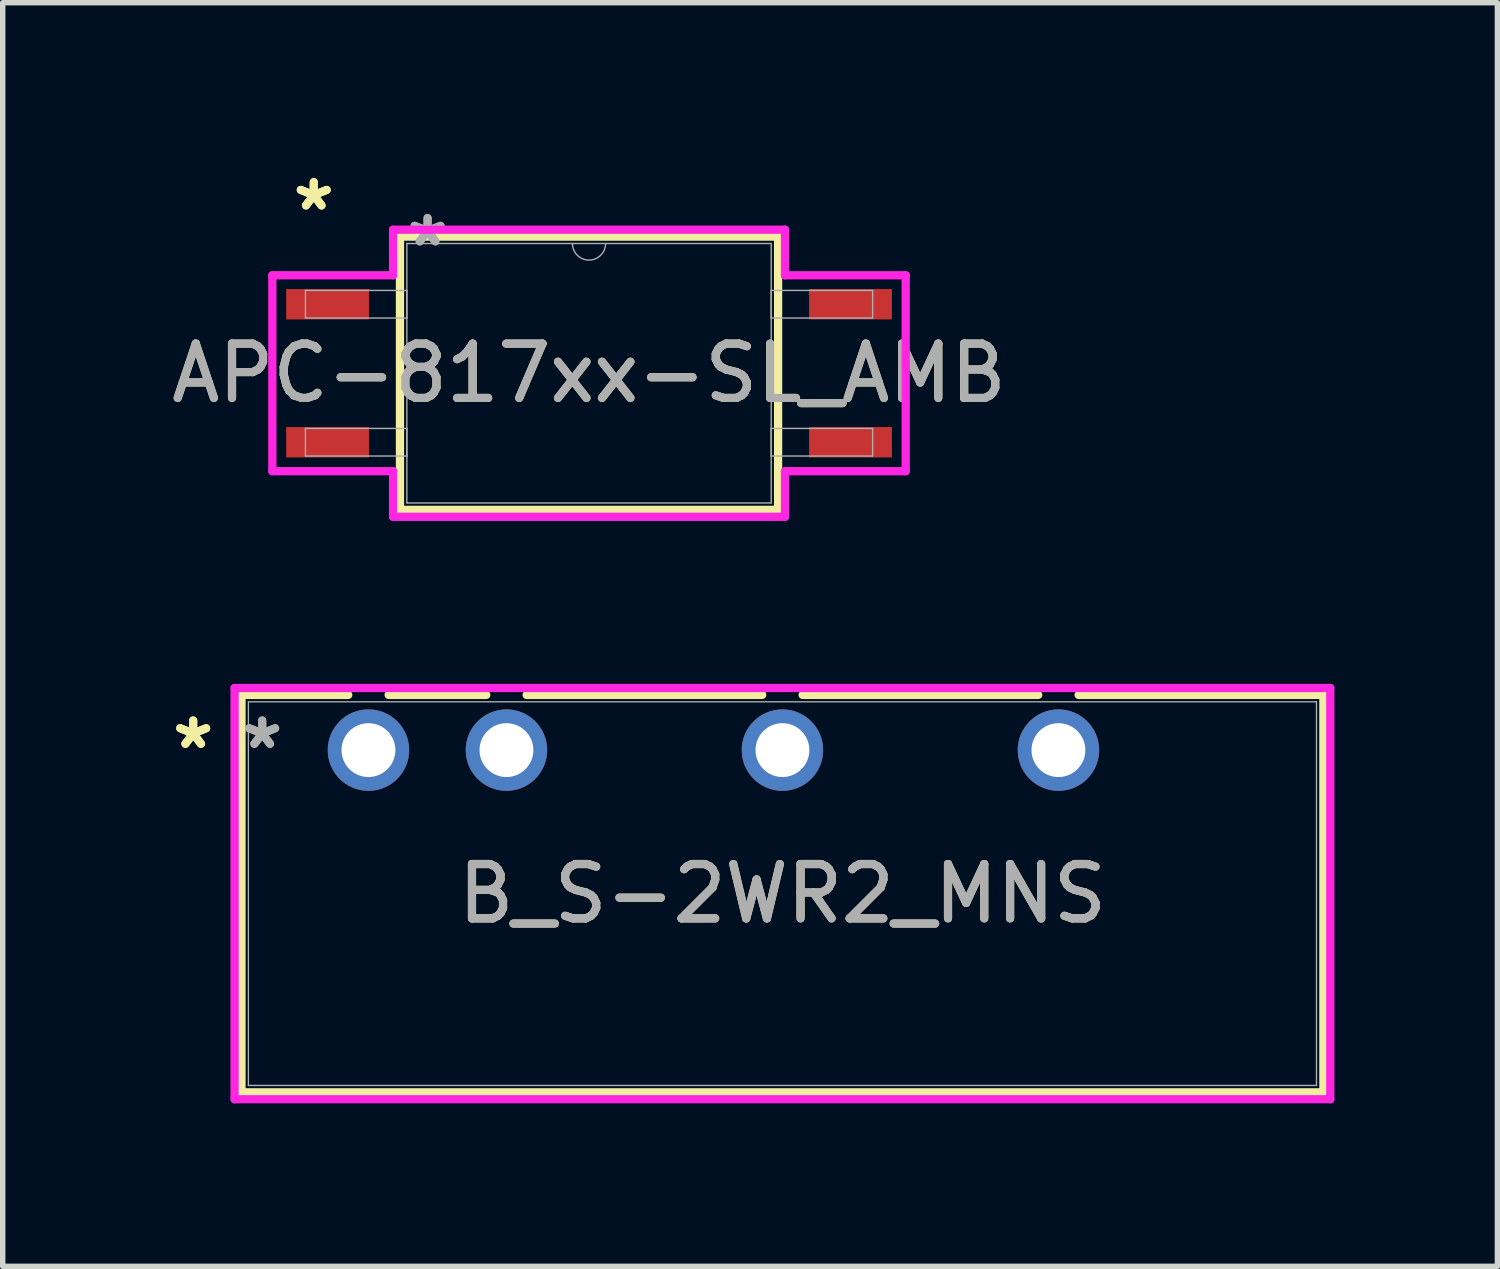
<source format=kicad_pcb>
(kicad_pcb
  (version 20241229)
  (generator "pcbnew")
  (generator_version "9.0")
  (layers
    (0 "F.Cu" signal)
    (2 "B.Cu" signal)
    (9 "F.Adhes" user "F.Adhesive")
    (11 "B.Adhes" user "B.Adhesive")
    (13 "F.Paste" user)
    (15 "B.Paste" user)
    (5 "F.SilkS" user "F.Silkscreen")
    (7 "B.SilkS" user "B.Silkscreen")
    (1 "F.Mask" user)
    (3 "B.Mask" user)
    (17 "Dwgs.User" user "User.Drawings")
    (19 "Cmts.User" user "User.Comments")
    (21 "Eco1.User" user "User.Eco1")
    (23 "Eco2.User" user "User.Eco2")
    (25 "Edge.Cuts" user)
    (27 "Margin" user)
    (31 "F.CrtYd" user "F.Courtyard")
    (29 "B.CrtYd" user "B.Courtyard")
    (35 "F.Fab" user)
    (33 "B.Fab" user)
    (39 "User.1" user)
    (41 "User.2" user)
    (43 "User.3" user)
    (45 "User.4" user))
  (footprint "B_S-2WR2_MNS"
    (layer "F.Cu")
    (at 3.732 10.757)
    (property "Reference" "B_S-2WR2_MNS" (at 7.62 2.642 0) (unlocked yes) (layer "F.SilkS") (effects (font (size 1 1) (thickness 0.15))))
    (attr through_hole)
    (fp_line (start -2.337 -1.016) (end -2.337 6.299) (stroke (width 0.152) (type solid)) (layer "F.SilkS"))
    (fp_line (start -2.337 6.299) (end 17.577 6.299) (stroke (width 0.152) (type solid)) (layer "F.SilkS"))
    (fp_line (start -0.372 -1.016) (end -2.337 -1.016) (stroke (width 0.152) (type solid)) (layer "F.SilkS"))
    (fp_line (start 2.168 -1.016) (end 0.372 -1.016) (stroke (width 0.152) (type solid)) (layer "F.SilkS"))
    (fp_line (start 7.248 -1.016) (end 2.912 -1.016) (stroke (width 0.152) (type solid)) (layer "F.SilkS"))
    (fp_line (start 12.328 -1.016) (end 7.992 -1.016) (stroke (width 0.152) (type solid)) (layer "F.SilkS"))
    (fp_line (start 17.577 -1.016) (end 13.072 -1.016) (stroke (width 0.152) (type solid)) (layer "F.SilkS"))
    (fp_line (start 17.577 6.299) (end 17.577 -1.016) (stroke (width 0.152) (type solid)) (layer "F.SilkS"))
    (fp_line (start -2.464 -1.143) (end 17.704 -1.143) (stroke (width 0.152) (type solid)) (layer "F.CrtYd"))
    (fp_line (start -2.464 6.426) (end -2.464 -1.143) (stroke (width 0.152) (type solid)) (layer "F.CrtYd"))
    (fp_line (start 17.704 -1.143) (end 17.704 6.426) (stroke (width 0.152) (type solid)) (layer "F.CrtYd"))
    (fp_line (start 17.704 6.426) (end -2.464 6.426) (stroke (width 0.152) (type solid)) (layer "F.CrtYd"))
    (fp_line (start -2.21 -0.889) (end -2.21 6.172) (stroke (width 0.025) (type solid)) (layer "F.Fab"))
    (fp_line (start -2.21 6.172) (end 17.45 6.172) (stroke (width 0.025) (type solid)) (layer "F.Fab"))
    (fp_line (start 17.45 -0.889) (end -2.21 -0.889) (stroke (width 0.025) (type solid)) (layer "F.Fab"))
    (fp_line (start 17.45 6.172) (end 17.45 -0.889) (stroke (width 0.025) (type solid)) (layer "F.Fab"))
    (fp_text user "*" (at -3.226 0 0) (unlocked yes) (layer "F.SilkS") (effects (font (size 1 1) (thickness 0.15))))
    (fp_text user "*" (at -3.226 0 0) (layer "F.SilkS") (effects (font (size 1 1) (thickness 0.15))))
    (fp_text user "*" (at -1.956 0 0) (unlocked yes) (layer "F.Fab") (effects (font (size 1 1) (thickness 0.15))))
    (fp_text user "*" (at -1.956 0 0) (layer "F.Fab") (effects (font (size 1 1) (thickness 0.15))))
    (fp_text user "${REFERENCE}" (at 7.62 2.642 0) (unlocked yes) (layer "F.Fab") (effects (font (size 1 1) (thickness 0.15))))
    (pad "1" thru_hole circle (at 0 0) (size 1.499 1.499) (drill 0.991) (layers "*.Cu" "*.Mask"))
    (pad "2" thru_hole circle (at 2.54 0) (size 1.499 1.499) (drill 0.991) (layers "*.Cu" "*.Mask"))
    (pad "4" thru_hole circle (at 7.62 0) (size 1.499 1.499) (drill 0.991) (layers "*.Cu" "*.Mask"))
    (pad "6" thru_hole circle (at 12.7 0) (size 1.499 1.499) (drill 0.991) (layers "*.Cu" "*.Mask")))
  (footprint "APC-817xx-SL_AMB"
    (layer "F.Cu")
    (at 7.792 3.82)
    (property "Reference" "APC-817xx-SL_AMB" (at 0 0 0) (unlocked yes) (layer "F.SilkS") (effects (font (size 1 1) (thickness 0.15))))
    (attr smd)
    (fp_line (start -3.48 -2.515) (end -3.48 2.515) (stroke (width 0.152) (type solid)) (layer "F.SilkS"))
    (fp_line (start -3.48 2.515) (end 3.48 2.515) (stroke (width 0.152) (type solid)) (layer "F.SilkS"))
    (fp_line (start 3.48 -2.515) (end -3.48 -2.515) (stroke (width 0.152) (type solid)) (layer "F.SilkS"))
    (fp_line (start 3.48 2.515) (end 3.48 -2.515) (stroke (width 0.152) (type solid)) (layer "F.SilkS"))
    (fp_line (start -5.829 -1.803) (end -3.607 -1.803) (stroke (width 0.152) (type solid)) (layer "F.CrtYd"))
    (fp_line (start -5.829 1.803) (end -5.829 -1.803) (stroke (width 0.152) (type solid)) (layer "F.CrtYd"))
    (fp_line (start -5.829 1.803) (end -3.607 1.803) (stroke (width 0.152) (type solid)) (layer "F.CrtYd"))
    (fp_line (start -3.607 -2.642) (end 3.607 -2.642) (stroke (width 0.152) (type solid)) (layer "F.CrtYd"))
    (fp_line (start -3.607 -1.803) (end -3.607 -2.642) (stroke (width 0.152) (type solid)) (layer "F.CrtYd"))
    (fp_line (start -3.607 2.642) (end -3.607 1.803) (stroke (width 0.152) (type solid)) (layer "F.CrtYd"))
    (fp_line (start 3.607 -2.642) (end 3.607 -1.803) (stroke (width 0.152) (type solid)) (layer "F.CrtYd"))
    (fp_line (start 3.607 1.803) (end 3.607 2.642) (stroke (width 0.152) (type solid)) (layer "F.CrtYd"))
    (fp_line (start 3.607 2.642) (end -3.607 2.642) (stroke (width 0.152) (type solid)) (layer "F.CrtYd"))
    (fp_line (start 5.829 -1.803) (end 3.607 -1.803) (stroke (width 0.152) (type solid)) (layer "F.CrtYd"))
    (fp_line (start 5.829 -1.803) (end 5.829 1.803) (stroke (width 0.152) (type solid)) (layer "F.CrtYd"))
    (fp_line (start 5.829 1.803) (end 3.607 1.803) (stroke (width 0.152) (type solid)) (layer "F.CrtYd"))
    (fp_line (start -5.22 -1.524) (end -5.22 -1.016) (stroke (width 0.025) (type solid)) (layer "F.Fab"))
    (fp_line (start -5.22 -1.016) (end -3.353 -1.016) (stroke (width 0.025) (type solid)) (layer "F.Fab"))
    (fp_line (start -5.22 1.016) (end -5.22 1.524) (stroke (width 0.025) (type solid)) (layer "F.Fab"))
    (fp_line (start -5.22 1.524) (end -3.353 1.524) (stroke (width 0.025) (type solid)) (layer "F.Fab"))
    (fp_line (start -3.353 -2.388) (end -3.353 2.388) (stroke (width 0.025) (type solid)) (layer "F.Fab"))
    (fp_line (start -3.353 -1.524) (end -5.22 -1.524) (stroke (width 0.025) (type solid)) (layer "F.Fab"))
    (fp_line (start -3.353 -1.016) (end -3.353 -1.524) (stroke (width 0.025) (type solid)) (layer "F.Fab"))
    (fp_line (start -3.353 1.016) (end -5.22 1.016) (stroke (width 0.025) (type solid)) (layer "F.Fab"))
    (fp_line (start -3.353 1.524) (end -3.353 1.016) (stroke (width 0.025) (type solid)) (layer "F.Fab"))
    (fp_line (start -3.353 2.388) (end 3.353 2.388) (stroke (width 0.025) (type solid)) (layer "F.Fab"))
    (fp_line (start 3.353 -2.388) (end -3.353 -2.388) (stroke (width 0.025) (type solid)) (layer "F.Fab"))
    (fp_line (start 3.353 -1.524) (end 3.353 -1.016) (stroke (width 0.025) (type solid)) (layer "F.Fab"))
    (fp_line (start 3.353 -1.016) (end 5.22 -1.016) (stroke (width 0.025) (type solid)) (layer "F.Fab"))
    (fp_line (start 3.353 1.016) (end 3.353 1.524) (stroke (width 0.025) (type solid)) (layer "F.Fab"))
    (fp_line (start 3.353 1.524) (end 5.22 1.524) (stroke (width 0.025) (type solid)) (layer "F.Fab"))
    (fp_line (start 3.353 2.388) (end 3.353 -2.388) (stroke (width 0.025) (type solid)) (layer "F.Fab"))
    (fp_line (start 5.22 -1.524) (end 3.353 -1.524) (stroke (width 0.025) (type solid)) (layer "F.Fab"))
    (fp_line (start 5.22 -1.016) (end 5.22 -1.524) (stroke (width 0.025) (type solid)) (layer "F.Fab"))
    (fp_line (start 5.22 1.016) (end 3.353 1.016) (stroke (width 0.025) (type solid)) (layer "F.Fab"))
    (fp_line (start 5.22 1.524) (end 5.22 1.016) (stroke (width 0.025) (type solid)) (layer "F.Fab"))
    (fp_arc (start 0.3048 -2.3876) (mid 0 -2.0828) (end -0.3048 -2.3876) (stroke (width 0.0254) (type solid)) (layer "F.Fab"))
    (fp_text user "*" (at -5.067 -2.972 0) (layer "F.SilkS") (effects (font (size 1 1) (thickness 0.15))))
    (fp_text user "*" (at -5.067 -2.972 0) (unlocked yes) (layer "F.SilkS") (effects (font (size 1 1) (thickness 0.15))))
    (fp_text user "*" (at -2.972 -2.311 0) (layer "F.Fab") (effects (font (size 1 1) (thickness 0.15))))
    (fp_text user "*" (at -2.972 -2.311 0) (unlocked yes) (layer "F.Fab") (effects (font (size 1 1) (thickness 0.15))))
    (fp_text user "${REFERENCE}" (at 0 0 0) (unlocked yes) (layer "F.Fab") (effects (font (size 1 1) (thickness 0.15))))
    (pad "1" smd rect (at -4.813 -1.27) (size 1.524 0.559) (layers "F.Cu" "F.Mask" "F.Paste"))
    (pad "2" smd rect (at -4.813 1.27) (size 1.524 0.559) (layers "F.Cu" "F.Mask" "F.Paste"))
    (pad "3" smd rect (at 4.813 1.27) (size 1.524 0.559) (layers "F.Cu" "F.Mask" "F.Paste"))
    (pad "4" smd rect (at 4.813 -1.27) (size 1.524 0.559) (layers "F.Cu" "F.Mask" "F.Paste")))
  (gr_rect
    (start -3 -3)
    (end 24.512 20.259)
    (stroke (width 0.1) (type default))
    (fill no)
    (layer "Edge.Cuts")))
</source>
